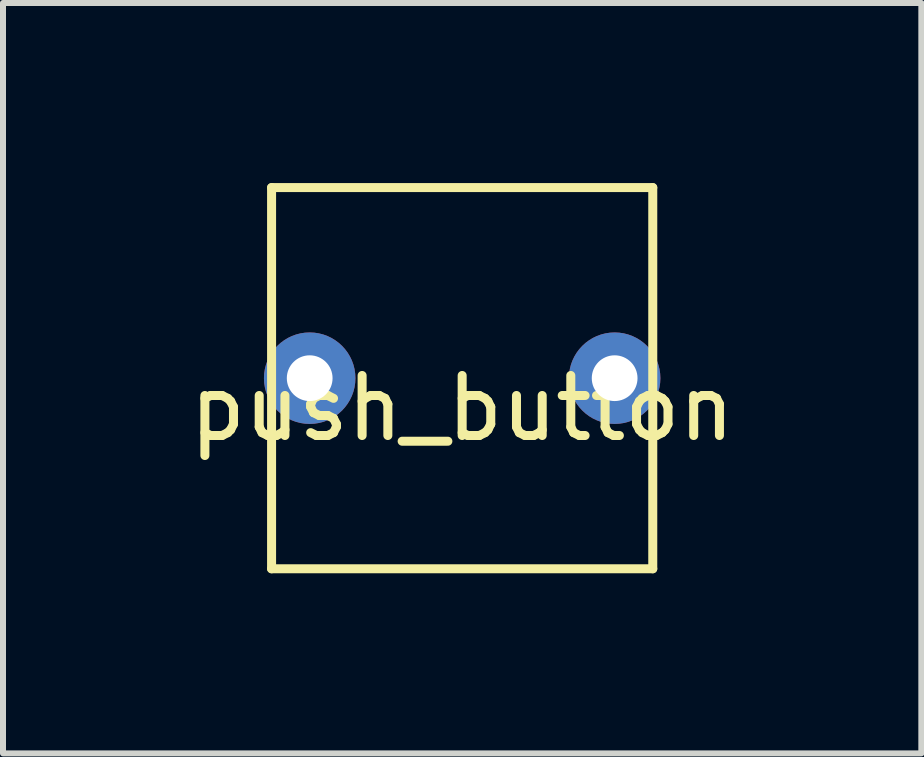
<source format=kicad_pcb>
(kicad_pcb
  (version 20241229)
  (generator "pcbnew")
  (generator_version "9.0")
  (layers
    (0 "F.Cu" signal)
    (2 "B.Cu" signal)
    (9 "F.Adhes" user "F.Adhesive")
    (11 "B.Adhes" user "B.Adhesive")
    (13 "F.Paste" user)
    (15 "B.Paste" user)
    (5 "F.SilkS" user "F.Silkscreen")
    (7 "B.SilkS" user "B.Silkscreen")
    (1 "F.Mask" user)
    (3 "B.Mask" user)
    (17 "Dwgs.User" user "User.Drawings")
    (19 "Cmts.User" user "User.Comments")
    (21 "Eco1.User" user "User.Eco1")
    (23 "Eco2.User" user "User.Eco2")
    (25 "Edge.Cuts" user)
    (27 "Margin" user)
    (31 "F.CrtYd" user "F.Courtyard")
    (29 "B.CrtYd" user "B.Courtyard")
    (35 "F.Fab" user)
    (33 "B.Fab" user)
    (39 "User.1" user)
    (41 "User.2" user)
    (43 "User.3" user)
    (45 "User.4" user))
  (footprint "push_button"
    (layer "F.Cu")
    (at 4.649 3.25)
    (property "Reference" "push_button" (at 0 0.5 0) (layer "F.SilkS") (effects (font (size 1 1) (thickness 0.15))))
    (attr through_hole)
    (fp_line (start -3.175 -3.175) (end 3.175 -3.175) (stroke (width 0.15) (type solid)) (layer "F.SilkS"))
    (fp_line (start -3.175 3.175) (end -3.175 -3.175) (stroke (width 0.15) (type solid)) (layer "F.SilkS"))
    (fp_line (start 3.175 -3.175) (end 3.175 3.175) (stroke (width 0.15) (type solid)) (layer "F.SilkS"))
    (fp_line (start 3.175 3.175) (end -3.175 3.175) (stroke (width 0.15) (type solid)) (layer "F.SilkS"))
    (pad "1" thru_hole circle (at -2.54 0) (size 1.524 1.524) (drill 0.762) (layers "*.Cu" "*.Mask"))
    (pad "2" thru_hole circle (at 2.54 0) (size 1.524 1.524) (drill 0.762) (layers "*.Cu" "*.Mask")))
  (gr_rect
    (start -3 -3)
    (end 12.298 9.5)
    (stroke (width 0.1) (type default))
    (fill no)
    (layer "Edge.Cuts")))
</source>
